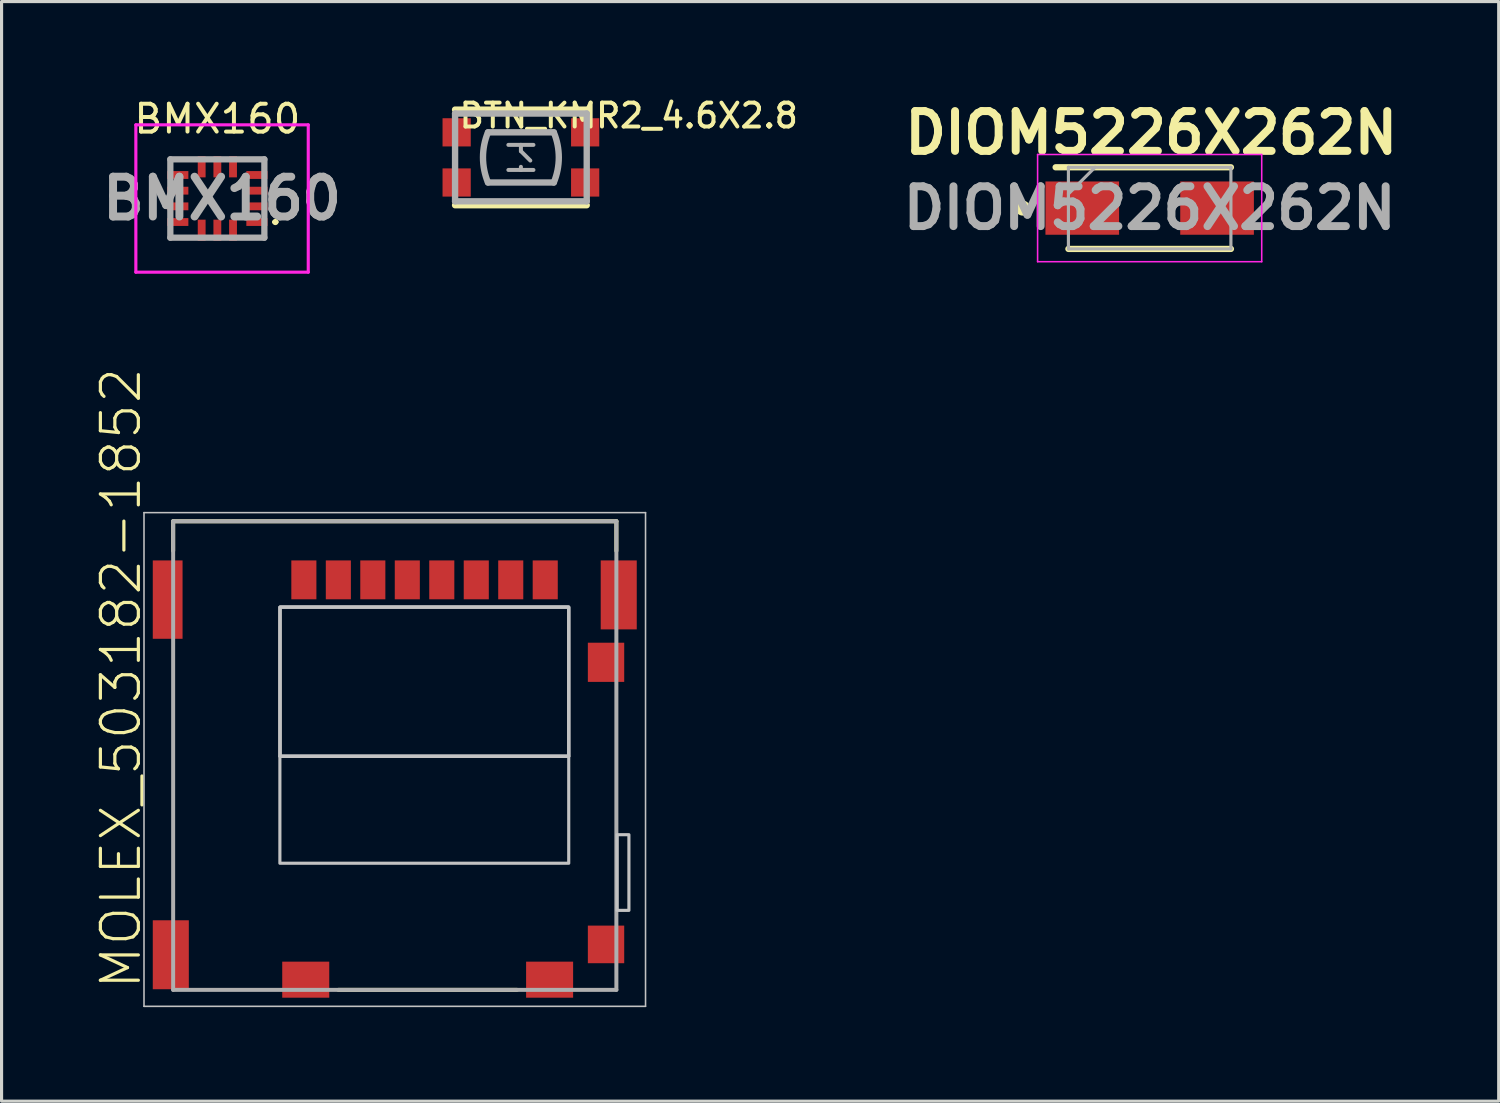
<source format=kicad_pcb>
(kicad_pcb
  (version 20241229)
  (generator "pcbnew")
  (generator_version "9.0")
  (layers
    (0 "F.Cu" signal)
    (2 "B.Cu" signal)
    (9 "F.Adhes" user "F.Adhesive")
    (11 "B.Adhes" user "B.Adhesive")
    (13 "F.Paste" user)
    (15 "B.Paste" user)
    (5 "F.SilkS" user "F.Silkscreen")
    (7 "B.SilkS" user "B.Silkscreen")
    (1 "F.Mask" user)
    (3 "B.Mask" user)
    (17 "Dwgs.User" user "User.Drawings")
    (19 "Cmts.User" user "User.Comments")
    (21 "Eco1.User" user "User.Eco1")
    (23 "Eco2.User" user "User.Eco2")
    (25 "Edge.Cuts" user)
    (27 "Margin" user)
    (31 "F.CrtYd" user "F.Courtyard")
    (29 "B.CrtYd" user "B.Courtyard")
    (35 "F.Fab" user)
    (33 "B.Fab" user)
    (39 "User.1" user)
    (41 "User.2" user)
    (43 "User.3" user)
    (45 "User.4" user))
  (footprint "BMX160"
    (layer "F.Cu")
    (at 3.884 3.283)
    (property "Reference" "BMX160" (at 0 -2.54 0) (layer "F.SilkS") (effects (font (size 0.889 0.889) (thickness 0.127))))
    (attr smd)
    (fp_line (start -1.5 1.25) (end -0.8 1.25) (stroke (width 0.1) (type solid)) (layer "F.SilkS"))
    (fp_line (start -0.8 -1.25) (end -1.5 -1.25) (stroke (width 0.1) (type solid)) (layer "F.SilkS"))
    (fp_line (start 0.8 -1.25) (end 1.5 -1.25) (stroke (width 0.1) (type solid)) (layer "F.SilkS"))
    (fp_line (start 0.8 1.25) (end 1.5 1.25) (stroke (width 0.1) (type solid)) (layer "F.SilkS"))
    (fp_line (start 1.8 0.75) (end 1.8 0.75) (stroke (width 0.1) (type solid)) (layer "F.SilkS"))
    (fp_line (start 1.9 0.75) (end 1.9 0.75) (stroke (width 0.1) (type solid)) (layer "F.SilkS"))
    (fp_arc (start 1.8 0.75) (mid 1.85 0.7) (end 1.9 0.75) (stroke (width 0.1) (type solid)) (layer "F.SilkS"))
    (fp_arc (start 1.9 0.75) (mid 1.85 0.8) (end 1.8 0.75) (stroke (width 0.1) (type solid)) (layer "F.SilkS"))
    (fp_line (start -2.6 -2.35) (end 2.9 -2.35) (stroke (width 0.1) (type solid)) (layer "F.CrtYd"))
    (fp_line (start -2.6 2.35) (end -2.6 -2.35) (stroke (width 0.1) (type solid)) (layer "F.CrtYd"))
    (fp_line (start 2.9 -2.35) (end 2.9 2.35) (stroke (width 0.1) (type solid)) (layer "F.CrtYd"))
    (fp_line (start 2.9 2.35) (end -2.6 2.35) (stroke (width 0.1) (type solid)) (layer "F.CrtYd"))
    (fp_line (start -1.5 -1.25) (end 1.5 -1.25) (stroke (width 0.2) (type solid)) (layer "F.Fab"))
    (fp_line (start -1.5 1.25) (end -1.5 -1.25) (stroke (width 0.2) (type solid)) (layer "F.Fab"))
    (fp_line (start 1.5 -1.25) (end 1.5 1.25) (stroke (width 0.2) (type solid)) (layer "F.Fab"))
    (fp_line (start 1.5 1.25) (end -1.5 1.25) (stroke (width 0.2) (type solid)) (layer "F.Fab"))
    (fp_text user "${REFERENCE}" (at 0.15 0 0) (layer "F.Fab") (effects (font (size 1.27 1.27) (thickness 0.254))))
    (pad "1" smd rect (at 1.262 0.75 90) (size 0.25 0.675) (layers "F.Cu" "F.Mask" "F.Paste"))
    (pad "2" smd rect (at 1.262 0.25 90) (size 0.25 0.675) (layers "F.Cu" "F.Mask" "F.Paste"))
    (pad "3" smd rect (at 1.262 -0.25 90) (size 0.25 0.675) (layers "F.Cu" "F.Mask" "F.Paste"))
    (pad "4" smd rect (at 1.262 -0.75 90) (size 0.25 0.675) (layers "F.Cu" "F.Mask" "F.Paste"))
    (pad "5" smd rect (at 0.5 -1.012) (size 0.25 0.675) (layers "F.Cu" "F.Mask" "F.Paste"))
    (pad "6" smd rect (at 0 -1.012) (size 0.25 0.675) (layers "F.Cu" "F.Mask" "F.Paste"))
    (pad "7" smd rect (at -0.5 -1.012) (size 0.25 0.675) (layers "F.Cu" "F.Mask" "F.Paste"))
    (pad "8" smd rect (at -1.262 -0.75 90) (size 0.25 0.675) (layers "F.Cu" "F.Mask" "F.Paste"))
    (pad "9" smd rect (at -1.262 -0.25 90) (size 0.25 0.675) (layers "F.Cu" "F.Mask" "F.Paste"))
    (pad "10" smd rect (at -1.262 0.25 90) (size 0.25 0.675) (layers "F.Cu" "F.Mask" "F.Paste"))
    (pad "11" smd rect (at -1.262 0.75 90) (size 0.25 0.675) (layers "F.Cu" "F.Mask" "F.Paste"))
    (pad "12" smd rect (at -0.5 1.012) (size 0.25 0.675) (layers "F.Cu" "F.Mask" "F.Paste"))
    (pad "13" smd rect (at 0 1.012) (size 0.25 0.675) (layers "F.Cu" "F.Mask" "F.Paste"))
    (pad "14" smd rect (at 0.5 1.012) (size 0.25 0.675) (layers "F.Cu" "F.Mask" "F.Paste")))
  (footprint "BTN_KMR2_4.6X2.8"
    (layer "F.Cu")
    (at 13.568 1.972)
    (property "Reference" "BTN_KMR2_4.6X2.8" (at -2.032 -1.778 180) (layer "F.SilkS") (effects (font (size 0.762 0.762) (thickness 0.127)) (justify left top)))
    (attr smd)
    (fp_line (start -2.1 -1.525) (end 2.1 -1.525) (stroke (width 0.203) (type solid)) (layer "F.SilkS"))
    (fp_line (start 2.1 1.525) (end -2.1 1.525) (stroke (width 0.203) (type solid)) (layer "F.SilkS"))
    (fp_line (start -2.1 -1.4) (end 2.1 -1.4) (stroke (width 0.203) (type solid)) (layer "F.Fab"))
    (fp_line (start -2.1 1.4) (end -2.1 -1.4) (stroke (width 0.203) (type solid)) (layer "F.Fab"))
    (fp_line (start -1.05 -0.8) (end 1.05 -0.8) (stroke (width 0.203) (type solid)) (layer "F.Fab"))
    (fp_line (start -0.4 -0.4) (end 0 -0.4) (stroke (width 0.127) (type solid)) (layer "F.Fab"))
    (fp_line (start -0.4 0.4) (end 0 0.4) (stroke (width 0.127) (type solid)) (layer "F.Fab"))
    (fp_line (start 0 -0.4) (end 0 -0.2) (stroke (width 0.127) (type solid)) (layer "F.Fab"))
    (fp_line (start 0 -0.4) (end 0.4 -0.4) (stroke (width 0.127) (type solid)) (layer "F.Fab"))
    (fp_line (start 0 -0.2) (end 0.3 0.1) (stroke (width 0.127) (type solid)) (layer "F.Fab"))
    (fp_line (start 0 0.4) (end 0 0.3) (stroke (width 0.127) (type solid)) (layer "F.Fab"))
    (fp_line (start 0 0.4) (end 0.4 0.4) (stroke (width 0.127) (type solid)) (layer "F.Fab"))
    (fp_line (start 1.05 0.8) (end -1.05 0.8) (stroke (width 0.203) (type solid)) (layer "F.Fab"))
    (fp_line (start 2.1 -1.4) (end 2.1 1.4) (stroke (width 0.203) (type solid)) (layer "F.Fab"))
    (fp_line (start 2.1 1.4) (end -2.1 1.4) (stroke (width 0.203) (type solid)) (layer "F.Fab"))
    (fp_arc (start -1.05 0.8) (mid -1.209128 0) (end -1.05 -0.799999) (stroke (width 0.2032) (type solid)) (layer "F.Fab"))
    (fp_arc (start 1.05 -0.8) (mid 1.209128 0) (end 1.05 0.799999) (stroke (width 0.2032) (type solid)) (layer "F.Fab"))
    (pad "A" smd rect (at 2.05 -0.8) (size 0.9 0.9) (layers "F.Cu" "F.Mask" "F.Paste"))
    (pad "A'" smd rect (at -2.05 -0.8) (size 0.9 0.9) (layers "F.Cu" "F.Mask" "F.Paste"))
    (pad "B" smd rect (at 2.05 0.8) (size 0.9 0.9) (layers "F.Cu" "F.Mask" "F.Paste"))
    (pad "B'" smd rect (at -2.05 0.8) (size 0.9 0.9) (layers "F.Cu" "F.Mask" "F.Paste")))
  (footprint "DIOM5226X262N"
    (layer "F.Cu")
    (at 33.627 3.589)
    (property "Reference" "DIOM5226X262N" (at 0.05 -2.4 0) (layer "F.SilkS") (effects (font (size 1.27 1.27) (thickness 0.254))))
    (attr smd)
    (fp_line (start -2.592 1.302) (end 2.592 1.302) (stroke (width 0.2) (type solid)) (layer "F.SilkS"))
    (fp_line (start 2.592 -1.302) (end -3 -1.302) (stroke (width 0.2) (type solid)) (layer "F.SilkS"))
    (fp_circle (center -4.05 0) (end -3.87 0) (stroke (width 0.12) (type solid)) (fill yes) (layer "F.SilkS"))
    (fp_line (start -3.575 -1.71) (end 3.575 -1.71) (stroke (width 0.05) (type solid)) (layer "F.CrtYd"))
    (fp_line (start -3.575 1.71) (end -3.575 -1.71) (stroke (width 0.05) (type solid)) (layer "F.CrtYd"))
    (fp_line (start 3.575 -1.71) (end 3.575 1.71) (stroke (width 0.05) (type solid)) (layer "F.CrtYd"))
    (fp_line (start 3.575 1.71) (end -3.575 1.71) (stroke (width 0.05) (type solid)) (layer "F.CrtYd"))
    (fp_line (start -2.592 -1.302) (end 2.592 -1.302) (stroke (width 0.1) (type solid)) (layer "F.Fab"))
    (fp_line (start -2.592 -0.452) (end -1.742 -1.302) (stroke (width 0.1) (type solid)) (layer "F.Fab"))
    (fp_line (start -2.592 1.302) (end -2.592 -1.302) (stroke (width 0.1) (type solid)) (layer "F.Fab"))
    (fp_line (start 2.592 -1.302) (end 2.592 1.302) (stroke (width 0.1) (type solid)) (layer "F.Fab"))
    (fp_line (start 2.592 1.302) (end -2.592 1.302) (stroke (width 0.1) (type solid)) (layer "F.Fab"))
    (fp_text user "${REFERENCE}" (at 0 0 0) (layer "F.Fab") (effects (font (size 1.27 1.27) (thickness 0.254))))
    (pad "1" smd rect (at -2.15 0 90) (size 1.7 2.35) (layers "F.Cu" "F.Mask" "F.Paste"))
    (pad "2" smd rect (at 2.15 0 90) (size 1.7 2.35) (layers "F.Cu" "F.Mask" "F.Paste")))
  (footprint "MOLEX_503182-1852"
    (layer "F.Cu")
    (at 9.544 21.179)
    (property "Reference" "MOLEX_503182-1852" (at -8.027 7.398 90) (layer "F.SilkS") (effects (font (size 1.211 1.211) (thickness 0.102)) (justify left bottom)))
    (attr smd)
    (fp_line (start -7.07 -7.6) (end 7.07 -7.6) (stroke (width 0.127) (type solid)) (layer "F.SilkS"))
    (fp_line (start -7.07 -6.655) (end -7.07 -7.6) (stroke (width 0.127) (type solid)) (layer "F.SilkS"))
    (fp_line (start -1.8 7.35) (end 3.9 7.35) (stroke (width 0.127) (type solid)) (layer "F.SilkS"))
    (fp_line (start 7.07 -7.6) (end 7.07 -6.655) (stroke (width 0.127) (type solid)) (layer "F.SilkS"))
    (fp_line (start -8 -7.875) (end -8 7.875) (stroke (width 0.05) (type solid)) (layer "Dwgs.User"))
    (fp_line (start -8 7.875) (end 8 7.875) (stroke (width 0.05) (type solid)) (layer "Dwgs.User"))
    (fp_line (start 8 -7.875) (end -8 -7.875) (stroke (width 0.05) (type solid)) (layer "Dwgs.User"))
    (fp_line (start 8 7.875) (end 8 -7.875) (stroke (width 0.05) (type solid)) (layer "Dwgs.User"))
    (fp_poly (pts (xy -3.665 3.311) (xy 5.55 3.311) (xy 5.55 -0.1) (xy -3.665 -0.1)) (stroke (width 0.1) (type solid)) (fill no) (layer "Dwgs.User"))
    (fp_poly (pts (xy -3.663 -0.103) (xy 5.55 -0.103) (xy 5.55 -4.86) (xy -3.663 -4.86)) (stroke (width 0.1) (type solid)) (fill no) (layer "Dwgs.User"))
    (fp_poly (pts (xy -3.662 -0.102) (xy 5.55 -0.102) (xy 5.55 -4.86) (xy -3.662 -4.86)) (stroke (width 0.1) (type solid)) (fill no) (layer "Dwgs.User"))
    (fp_poly (pts (xy -3.66 -0.102) (xy 5.55 -0.102) (xy 5.55 -4.86) (xy -3.66 -4.86)) (stroke (width 0.1) (type solid)) (fill no) (layer "Dwgs.User"))
    (fp_poly (pts (xy 7.094 4.814) (xy 7.47 4.814) (xy 7.47 2.4) (xy 7.094 2.4)) (stroke (width 0.1) (type solid)) (fill no) (layer "Dwgs.User"))
    (fp_line (start -7.07 -7.6) (end 7.07 -7.6) (stroke (width 0.127) (type solid)) (layer "F.Fab"))
    (fp_line (start -7.07 7.35) (end -7.07 -7.6) (stroke (width 0.127) (type solid)) (layer "F.Fab"))
    (fp_line (start 7.07 -7.6) (end 7.07 7.35) (stroke (width 0.127) (type solid)) (layer "F.Fab"))
    (fp_line (start 7.07 7.35) (end -7.07 7.35) (stroke (width 0.127) (type solid)) (layer "F.Fab"))
    (pad "1" smd rect (at -2.9 -5.73) (size 0.8 1.24) (layers "F.Cu" "F.Mask" "F.Paste"))
    (pad "2" smd rect (at -1.8 -5.73) (size 0.8 1.24) (layers "F.Cu" "F.Mask" "F.Paste"))
    (pad "3" smd rect (at -0.7 -5.73) (size 0.8 1.24) (layers "F.Cu" "F.Mask" "F.Paste"))
    (pad "4" smd rect (at 0.4 -5.73) (size 0.8 1.24) (layers "F.Cu" "F.Mask" "F.Paste"))
    (pad "5" smd rect (at 1.5 -5.73) (size 0.8 1.24) (layers "F.Cu" "F.Mask" "F.Paste"))
    (pad "6" smd rect (at 2.6 -5.73) (size 0.8 1.24) (layers "F.Cu" "F.Mask" "F.Paste"))
    (pad "7" smd rect (at 3.7 -5.73) (size 0.8 1.24) (layers "F.Cu" "F.Mask" "F.Paste"))
    (pad "8" smd rect (at 4.8 -5.73) (size 0.8 1.24) (layers "F.Cu" "F.Mask" "F.Paste"))
    (pad "DT" smd rect (at 6.74 5.9) (size 1.16 1.2) (layers "F.Cu" "F.Mask" "F.Paste"))
    (pad "P1" smd rect (at -7.245 -5.1) (size 0.95 2.5) (layers "F.Cu" "F.Mask" "F.Paste"))
    (pad "P2" smd rect (at 7.145 -5.25) (size 1.15 2.2) (layers "F.Cu" "F.Mask" "F.Paste"))
    (pad "P3" smd rect (at -7.145 6.23) (size 1.15 2.2) (layers "F.Cu" "F.Mask" "F.Paste"))
    (pad "P4" smd rect (at -2.84 7.025) (size 1.5 1.15) (layers "F.Cu" "F.Mask" "F.Paste"))
    (pad "P5" smd rect (at 4.94 7.025) (size 1.5 1.15) (layers "F.Cu" "F.Mask" "F.Paste"))
    (pad "SW" smd rect (at 6.74 -3.1) (size 1.16 1.25) (layers "F.Cu" "F.Mask" "F.Paste")))
  (gr_rect
    (start -3 -3)
    (end 44.762 32.079)
    (stroke (width 0.1) (type default))
    (fill no)
    (layer "Edge.Cuts")))
</source>
